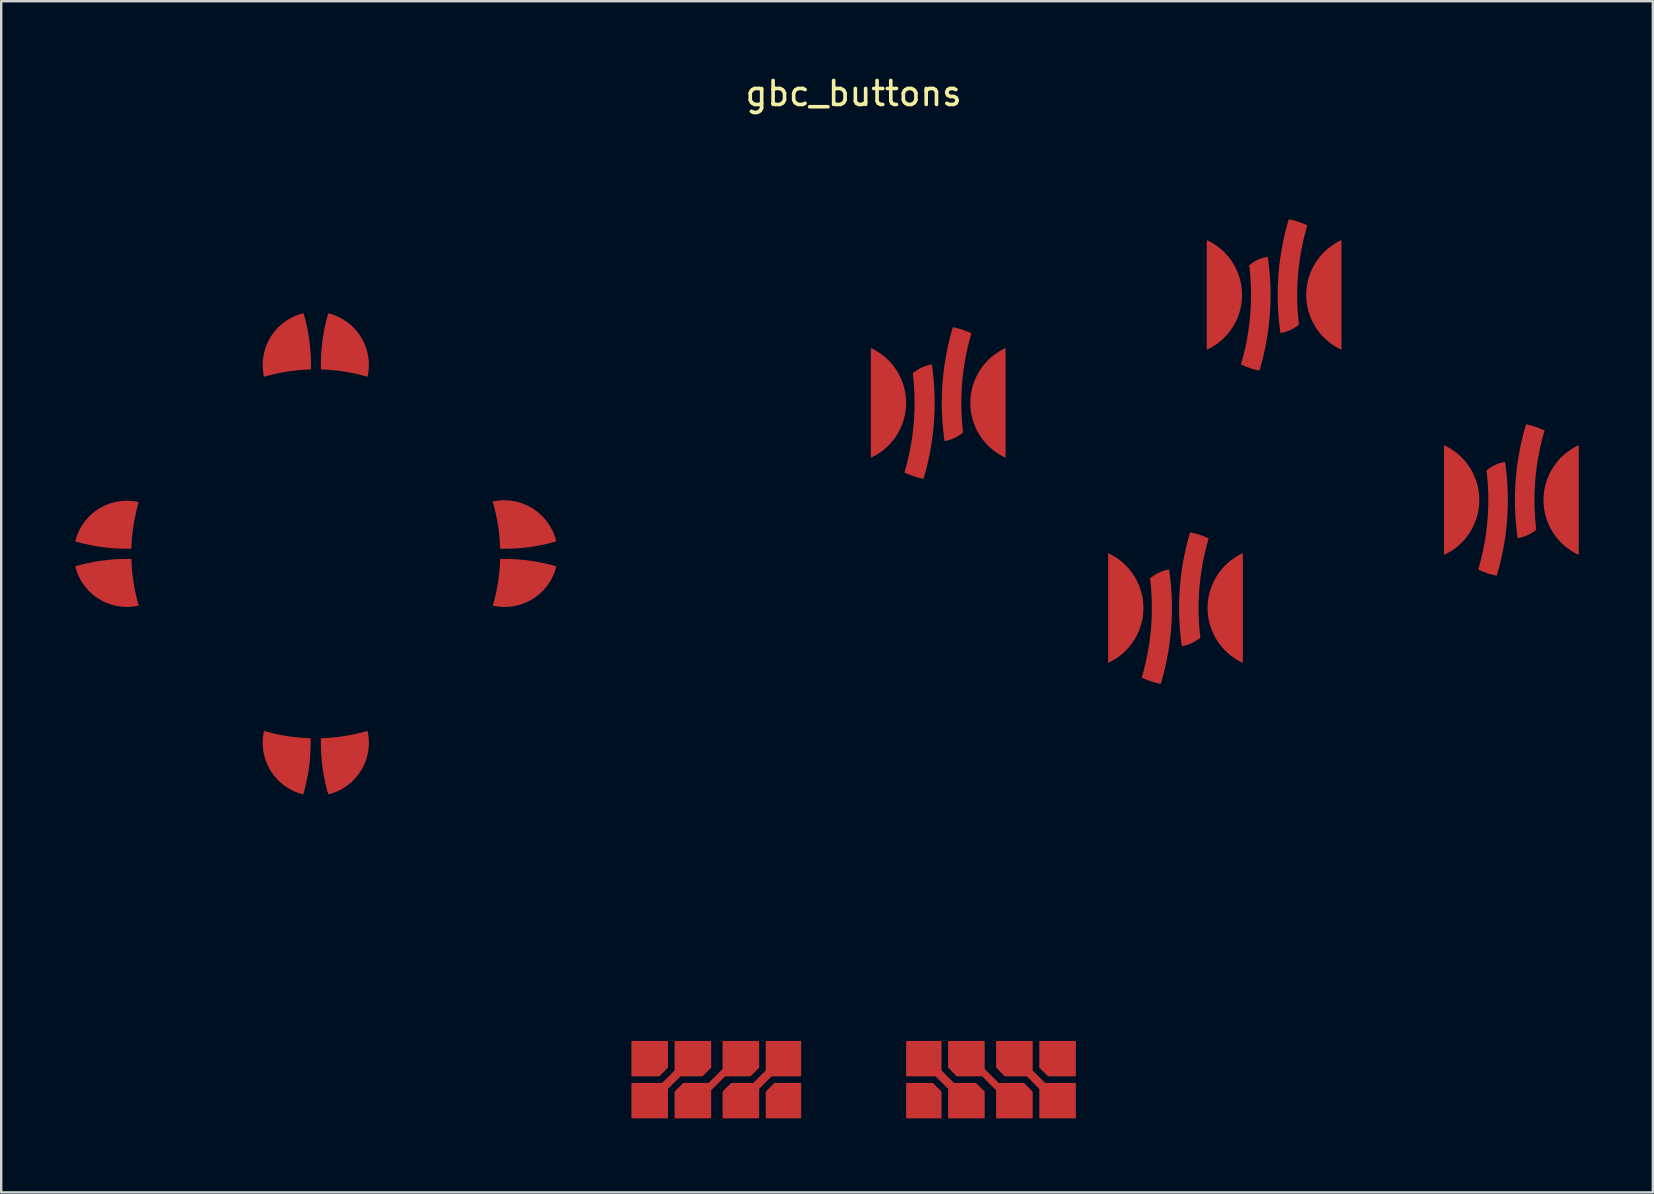
<source format=kicad_pcb>
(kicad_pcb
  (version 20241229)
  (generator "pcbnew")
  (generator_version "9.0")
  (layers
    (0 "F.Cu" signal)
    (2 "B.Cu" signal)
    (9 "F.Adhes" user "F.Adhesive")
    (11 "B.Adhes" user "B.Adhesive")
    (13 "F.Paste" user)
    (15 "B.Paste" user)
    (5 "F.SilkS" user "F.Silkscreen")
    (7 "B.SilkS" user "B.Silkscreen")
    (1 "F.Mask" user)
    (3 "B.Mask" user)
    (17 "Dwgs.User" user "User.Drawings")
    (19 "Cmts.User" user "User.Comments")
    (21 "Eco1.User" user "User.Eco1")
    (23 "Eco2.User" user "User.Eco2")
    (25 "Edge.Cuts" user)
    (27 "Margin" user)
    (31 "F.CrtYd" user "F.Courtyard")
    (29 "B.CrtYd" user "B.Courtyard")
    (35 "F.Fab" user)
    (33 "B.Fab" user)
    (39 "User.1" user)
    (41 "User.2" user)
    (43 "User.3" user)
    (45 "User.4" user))
  (footprint "gbc_buttons"
    (layer "F.Cu")
    (at 32.528 1.348)
    (property "Reference" "gbc_buttons" (at 0 -0.5 0) (unlocked yes) (layer "F.SilkS") (effects (font (size 1 1) (thickness 0.15))))
    (attr smd)
    (fp_poly (pts (xy -7.75 39) (xy -7.75 40.096) (xy -8.104 40.45) (xy -9.25 40.45) (xy -9.25 39)) (stroke (width 0.2) (type solid)) (fill yes) (layer "F.Mask"))
    (fp_poly (pts (xy -3.65 42.2) (xy -2.2 42.2) (xy -2.2 40.75) (xy -3.296 40.75) (xy -3.65 41.104)) (stroke (width 0.2) (type solid)) (fill yes) (layer "F.Mask"))
    (fp_poly (pts (xy 2.2 40.75) (xy 3.296 40.75) (xy 3.65 41.104) (xy 3.65 42.2) (xy 2.2 42.2)) (stroke (width 0.2) (type solid)) (fill yes) (layer "F.Mask"))
    (fp_poly (pts (xy 7.75 39) (xy 9.25 39) (xy 9.25 40.45) (xy 8.104 40.45) (xy 7.75 40.096)) (stroke (width 0.2) (type solid)) (fill yes) (layer "F.Mask"))
    (fp_poly (pts (arc (start 2.13225 15.286017) (mid 2.509453 15.439001) (end 2.902982 15.543026)) (xy 2.886 13.226)) (stroke (width 0.2) (type solid)) (fill yes) (layer "F.Mask"))
    (fp_poly (pts (arc (start 4.893725 9.501004) (mid 4.526544 9.354282) (end 4.144071 9.253965)) (xy 4.111 10.976)) (stroke (width 0.2) (type solid)) (fill yes) (layer "F.Mask"))
    (fp_poly (pts (arc (start 12.021347 23.835005) (mid 12.39855 23.987989) (end 12.792079 24.092014)) (xy 12.775 21.775)) (stroke (width 0.2) (type solid)) (fill yes) (layer "F.Mask"))
    (fp_poly (pts (arc (start 14.782822 18.049992) (mid 14.415641 17.90327) (end 14.033168 17.802953)) (xy 14 19.525)) (stroke (width 0.2) (type solid)) (fill yes) (layer "F.Mask"))
    (fp_poly (pts (arc (start 18.893725 5.001004) (mid 18.526544 4.854282) (end 18.144071 4.753965)) (xy 18.111 6.476)) (stroke (width 0.2) (type solid)) (fill yes) (layer "F.Mask"))
    (fp_poly (pts (arc (start 28.782822 13.549992) (mid 28.415641 13.40327) (end 28.033168 13.302953)) (xy 28 15.025)) (stroke (width 0.2) (type solid)) (fill yes) (layer "F.Mask"))
    (fp_poly (pts (xy 16.861 8.476) (xy 16.156 10.786) (arc (start 16.156297 10.786027) (mid 16.523462 10.932742) (end 16.905919 11.033056))) (stroke (width 0.2) (type solid)) (fill yes) (layer "F.Mask"))
    (fp_poly (pts (xy 26.75 17.025) (xy 26.045 19.335) (arc (start 26.045394 19.335015) (mid 26.412559 19.48173) (end 26.795016 19.582044))) (stroke (width 0.2) (type solid)) (fill yes) (layer "F.Mask"))
    (fp_poly (pts (xy 16.861 8.476) (arc (start 16.500677 6.664383) (mid 16.852714 6.441607) (end 17.250329 6.317265))) (stroke (width 0.2) (type solid)) (fill yes) (layer "F.Mask"))
    (fp_poly (pts (arc (start 17.799677 9.469759) (mid 18.197292 9.345417) (end 18.549329 9.122641)) (xy 18.111 6.476)) (stroke (width 0.2) (type solid)) (fill yes) (layer "F.Mask"))
    (fp_poly (pts (xy 26.75 17.025) (arc (start 26.389774 15.213371) (mid 26.741811 14.990595) (end 27.139426 14.866253))) (stroke (width 0.2) (type solid)) (fill yes) (layer "F.Mask"))
    (fp_poly (pts (arc (start 27.688774 18.018747) (mid 28.086389 17.894405) (end 28.438426 17.671629)) (xy 28 15.025)) (stroke (width 0.2) (type solid)) (fill yes) (layer "F.Mask"))
    (fp_poly (pts (arc (start -30.113851 18.912087) (mid -30.023657 19.881581) (end -29.811836 20.831941)) (xy -31 19.75)) (stroke (width 0.2) (type solid)) (fill yes) (layer "F.Mask"))
    (fp_poly (pts (arc (start -29.811836 16.538059) (mid -30.023657 17.488419) (end -30.113851 18.457913)) (xy -31 17.5)) (stroke (width 0.2) (type solid)) (fill yes) (layer "F.Mask"))
    (fp_poly (pts (arc (start -22.632452 10.988009) (mid -23.607932 11.077625) (end -24.564141 11.290364)) (xy -23.5 9.975)) (stroke (width 0.2) (type solid)) (fill yes) (layer "F.Mask"))
    (fp_poly (pts (arc (start -15.022556 20.831915) (mid -14.81074 19.881564) (end -14.720549 18.91208)) (xy -13.75 19.75)) (stroke (width 0.2) (type solid)) (fill yes) (layer "F.Mask"))
    (fp_poly (pts (xy -13.75 17.5) (arc (start -15.022556 16.538085) (mid -14.81074 17.488438) (end -14.720549 18.457923))) (stroke (width 0.2) (type solid)) (fill yes) (layer "F.Mask"))
    (fp_poly (pts (xy -7.75 40.979) (xy -7.75 42.2) (xy -9.25 42.2) (xy -9.25 40.75) (xy -7.979 40.75) (xy -7.45 40.221) (xy -7.45 39) (xy -5.95 39) (xy -5.95 40.096) (xy -6.304 40.45) (xy -7.221 40.45)) (stroke (width 0.2) (type solid)) (fill yes) (layer "F.Mask"))
    (fp_poly (pts (xy -5.096 40.75) (xy -5.45 41.104) (xy -5.45 42.2) (xy -3.95 42.2) (xy -3.95 40.979) (xy -3.421 40.45) (xy -2.2 40.45) (xy -2.2 39) (xy -3.65 39) (xy -3.65 40.221) (xy -4.179 40.75)) (stroke (width 0.2) (type solid)) (fill yes) (layer "F.Mask"))
    (fp_poly (pts (xy 2.886 13.226) (arc (start 2.477478 11.164371) (mid 2.839536 10.931243) (end 3.25033 10.802082))) (stroke (width 0.2) (type solid)) (fill yes) (layer "F.Mask"))
    (fp_poly (pts (xy 4.549 13.623) (xy 4.111 10.976) (arc (start 3.799677 13.969759) (mid 4.197292 13.845417) (end 4.549329 13.622641))) (stroke (width 0.2) (type solid)) (fill yes) (layer "F.Mask"))
    (fp_poly (pts (xy 5.096 40.75) (xy 5.45 41.104) (xy 5.45 42.2) (xy 3.95 42.2) (xy 3.95 40.979) (xy 3.421 40.45) (xy 2.2 40.45) (xy 2.2 39) (xy 3.65 39) (xy 3.65 40.221) (xy 4.179 40.75)) (stroke (width 0.2) (type solid)) (fill yes) (layer "F.Mask"))
    (fp_poly (pts (xy 7.979 40.75) (xy 9.25 40.75) (xy 9.25 42.2) (xy 7.75 42.2) (xy 7.75 40.979) (xy 7.221 40.45) (xy 6.304 40.45) (xy 5.95 40.096) (xy 5.95 39) (xy 7.45 39) (xy 7.45 40.221)) (stroke (width 0.2) (type solid)) (fill yes) (layer "F.Mask"))
    (fp_poly (pts (xy 12.775 21.775) (arc (start 12.366575 19.713359) (mid 12.728633 19.480231) (end 13.139427 19.35107))) (stroke (width 0.2) (type solid)) (fill yes) (layer "F.Mask"))
    (fp_poly (pts (xy 14.438 22.172) (xy 14 19.525) (arc (start 13.688774 22.518747) (mid 14.086389 22.394405) (end 14.438426 22.171629))) (stroke (width 0.2) (type solid)) (fill yes) (layer "F.Mask"))
    (fp_poly (pts (arc (start -32.427636 18.155911) (mid -31.282326 18.395654) (end -30.11385 18.457921)) (xy -31 17.5)) (stroke (width 0.2) (type solid)) (fill yes) (layer "F.Mask"))
    (fp_poly (pts (arc (start -24.564141 26.079636) (mid -23.613774 26.291458) (end -22.644273 26.381651)) (xy -23.5 27.25) (xy -24.564 26.08)) (stroke (width 0.2) (type solid)) (fill yes) (layer "F.Mask"))
    (fp_poly (pts (xy -21.225 27.25) (xy -22.19 26.382) (arc (start -22.190127 26.381651) (mid -21.22064 26.291461) (end -20.270285 26.079644))) (stroke (width 0.2) (type solid)) (fill yes) (layer "F.Mask"))
    (fp_poly (pts (arc (start -20.270285 11.290356) (mid -21.22064 11.078539) (end -22.190127 10.988349)) (xy -21.25 9.975) (xy -20.27 11.29)) (stroke (width 0.2) (type solid)) (fill yes) (layer "F.Mask"))
    (fp_poly (pts (arc (start -14.72055 18.457921) (mid -13.552074 18.395654) (end -12.406764 18.155911)) (xy -13.75 17.5)) (stroke (width 0.2) (type solid)) (fill yes) (layer "F.Mask"))
    (fp_poly (pts (arc (start -12.406764 19.214089) (mid -13.552074 18.974346) (end -14.72055 18.912079)) (xy -13.75 19.75)) (stroke (width 0.2) (type solid)) (fill yes) (layer "F.Mask"))
    (fp_poly (pts (xy -5.45 39) (xy -5.45 40.162) (xy -6.038 40.75) (xy -7.096 40.75) (xy -7.45 41.104) (xy -7.45 42.2) (xy -5.95 42.2) (xy -5.95 41.038) (xy -5.362 40.45) (xy -4.304 40.45) (xy -3.95 40.096) (xy -3.95 39)) (stroke (width 0.2) (type solid)) (fill yes) (layer "F.Mask"))
    (fp_poly (pts (xy 7.45 42.2) (xy 5.95 42.2) (xy 5.95 41.038) (xy 5.362 40.45) (xy 4.304 40.45) (xy 3.95 40.096) (xy 3.95 39) (xy 5.45 39) (xy 5.45 40.162) (xy 6.038 40.75) (xy 7.096 40.75) (xy 7.45 41.104)) (stroke (width 0.2) (type solid)) (fill yes) (layer "F.Mask"))
    (fp_poly (pts (arc (start -30.11385 18.912079) (mid -31.282326 18.974346) (end -32.427636 19.214089)) (xy -31 19.75) (xy -30.114 18.912)) (stroke (width 0.2) (type solid)) (fill yes) (layer "F.Mask"))
    (fp_poly (pts (xy -22.946 28.695) (xy -23.5 27.25) (arc (start -22.644279 26.381651) (mid -22.706546 27.550126) (end -22.946289 28.695436))) (stroke (width 0.2) (type solid)) (fill yes) (layer "F.Mask"))
    (fp_poly (pts (arc (start -22.632448 10.988009) (mid -22.694832 9.818291) (end -22.934797 8.671753)) (xy -23.5 9.975) (xy -22.632 10.988)) (stroke (width 0.2) (type solid)) (fill yes) (layer "F.Mask"))
    (fp_poly (pts (arc (start -21.888111 8.674564) (mid -22.127855 9.819881) (end -22.19012 10.988363)) (xy -21.25 9.975) (xy -21.888 8.675)) (stroke (width 0.2) (type solid)) (fill yes) (layer "F.Mask"))
    (fp_poly (pts (xy -21.225 27.25) (xy -22.19 26.382) (arc (start -22.19012 26.381637) (mid -22.127855 27.550119) (end -21.888111 28.695436))) (stroke (width 0.2) (type solid)) (fill yes) (layer "F.Mask"))
    (fp_poly (pts (arc (start 4.893728 9.500994) (mid 4.510427 11.544167) (end 4.549328 13.622619)) (xy 4.111 10.976)) (stroke (width 0.2) (type solid)) (fill yes) (layer "F.Mask"))
    (fp_poly (pts (arc (start 14.782825 18.049982) (mid 14.399524 20.093155) (end 14.438425 22.171607)) (xy 14 19.525)) (stroke (width 0.2) (type solid)) (fill yes) (layer "F.Mask"))
    (fp_poly (pts (xy 16.861 8.476) (arc (start 16.500676 6.664384) (mid 16.539581 8.742838) (end 16.156283 10.786013))) (stroke (width 0.2) (type solid)) (fill yes) (layer "F.Mask"))
    (fp_poly (pts (xy 26.75 17.025) (arc (start 26.389773 15.213372) (mid 26.428678 17.291826) (end 26.04538 19.335001))) (stroke (width 0.2) (type solid)) (fill yes) (layer "F.Mask"))
    (fp_poly (pts (arc (start 2.132261 15.286031) (mid 2.516463 13.242928) (end 2.477476 11.16438)) (xy 2.886 13.226) (xy 2.132 15.286)) (stroke (width 0.2) (type solid)) (fill yes) (layer "F.Mask"))
    (fp_poly (pts (arc (start 12.021358 23.835019) (mid 12.40556 21.791916) (end 12.366573 19.713368)) (xy 12.775 21.775) (xy 12.021 23.835)) (stroke (width 0.2) (type solid)) (fill yes) (layer "F.Mask"))
    (fp_poly (pts (arc (start 18.144051 4.753899) (mid 17.715192 7.093097) (end 17.799641 9.469783)) (xy 18.111 6.476)) (stroke (width 0.2) (type solid)) (fill yes) (layer "F.Mask"))
    (fp_poly (pts (arc (start 18.893728 5.000994) (mid 18.510427 7.044167) (end 18.549328 9.122619)) (xy 18.111 6.476) (xy 18.894 5.001)) (stroke (width 0.2) (type solid)) (fill yes) (layer "F.Mask"))
    (fp_poly (pts (arc (start 28.033148 13.302887) (mid 27.604289 15.642085) (end 27.688738 18.018771)) (xy 28 15.025)) (stroke (width 0.2) (type solid)) (fill yes) (layer "F.Mask"))
    (fp_poly (pts (arc (start 28.782825 13.549982) (mid 28.399524 15.593155) (end 28.438425 17.671607)) (xy 28 15.025) (xy 28.783 13.55)) (stroke (width 0.2) (type solid)) (fill yes) (layer "F.Mask"))
    (fp_poly (pts (xy 4.111 10.976) (xy 4.144 9.254) (arc (start 4.144051 9.253899) (mid 3.715192 11.593097) (end 3.799641 13.969783))) (stroke (width 0.2) (type solid)) (fill yes) (layer "F.Mask"))
    (fp_poly (pts (xy 14 19.525) (xy 14.033 17.803) (arc (start 14.033148 17.802887) (mid 13.604289 20.142085) (end 13.688738 22.518771))) (stroke (width 0.2) (type solid)) (fill yes) (layer "F.Mask"))
    (fp_poly (pts (arc (start 16.905971 11.03307) (mid 17.334815 8.693908) (end 17.250367 6.31726)) (xy 16.861 8.476) (xy 16.906 11.033)) (stroke (width 0.2) (type solid)) (fill yes) (layer "F.Mask"))
    (fp_poly (pts (arc (start 26.795068 19.582058) (mid 27.223912 17.242896) (end 27.139464 14.866248)) (xy 26.75 17.025) (xy 26.795 19.582)) (stroke (width 0.2) (type solid)) (fill yes) (layer "F.Mask"))
    (fp_poly (pts (xy -31 17.5) (arc (start -32.427629 18.155902) (mid -31.449417 16.813944) (end -29.811843 16.538082))) (stroke (width 0.2) (type solid)) (fill yes) (layer "F.Mask"))
    (fp_poly (pts (arc (start -24.564116 26.079635) (mid -24.288258 27.717214) (end -22.946298 28.695429)) (xy -23.5 27.25)) (stroke (width 0.2) (type solid)) (fill yes) (layer "F.Mask"))
    (fp_poly (pts (arc (start -20.270282 11.290357) (mid -20.546147 9.652778) (end -21.888113 8.674569)) (xy -21.25 9.975)) (stroke (width 0.2) (type solid)) (fill yes) (layer "F.Mask"))
    (fp_poly (pts (arc (start -32.427629 19.214098) (mid -31.449417 20.556056) (end -29.811843 20.831918)) (xy -31 19.75) (xy -32.428 19.214)) (stroke (width 0.2) (type solid)) (fill yes) (layer "F.Mask"))
    (fp_poly (pts (arc (start -22.934811 8.671758) (mid -24.285141 9.647761) (end -24.564116 11.290365)) (xy -23.5 9.975) (xy -22.935 8.672)) (stroke (width 0.2) (type solid)) (fill yes) (layer "F.Mask"))
    (fp_poly (pts (xy -20.27 26.08) (xy -21.225 27.25) (arc (start -21.888113 28.695431) (mid -20.546147 27.717222) (end -20.270282 26.079643))) (stroke (width 0.2) (type solid)) (fill yes) (layer "F.Mask"))
    (fp_poly (pts (xy -13.75 19.75) (xy -15.023 20.832) (arc (start -15.022565 20.831916) (mid -13.384982 20.556055) (end -12.406769 19.214087))) (stroke (width 0.2) (type solid)) (fill yes) (layer "F.Mask"))
    (fp_poly (pts (arc (start -12.406769 18.155913) (mid -13.384982 16.813945) (end -15.022565 16.538084)) (xy -13.75 17.5) (xy -12.407 18.156)) (stroke (width 0.2) (type solid)) (fill yes) (layer "F.Mask"))
    (fp_poly (pts (arc (start 3.250337 10.81726) (mid 3.334406 13.199092) (end 2.902967 15.543031)) (xy 2.886 13.226) (arc (start 3.250337 10.81726) (mid 3.334406 13.199092) (end 2.902967 15.543031))) (stroke (width 0.2) (type solid)) (fill yes) (layer "F.Mask"))
    (fp_poly (pts (arc (start 13.139434 19.366248) (mid 13.223503 21.74808) (end 12.792064 24.092019)) (xy 12.775 21.775) (arc (start 13.139434 19.366248) (mid 13.223503 21.74808) (end 12.792064 24.092019))) (stroke (width 0.2) (type solid)) (fill yes) (layer "F.Mask"))
    (fp_poly (pts (arc (start 0.729976 14.66) (mid 2.174973 12.393512) (end 0.729976 10.127024)) (xy 0.73 10.127)) (stroke (width 0.2) (type solid)) (fill yes) (layer "F.Mask"))
    (fp_poly (pts (arc (start 10.619073 23.208988) (mid 12.06407 20.9425) (end 10.619073 18.676012)) (xy 10.619 18.676)) (stroke (width 0.2) (type solid)) (fill yes) (layer "F.Mask"))
    (fp_poly (pts (arc (start 14.730006 10.16) (mid 16.175003 7.893512) (end 14.730006 5.627024)) (xy 14.73 5.627)) (stroke (width 0.2) (type solid)) (fill yes) (layer "F.Mask"))
    (fp_poly (pts (arc (start 20.32 5.627024) (mid 18.875003 7.893512) (end 20.32 10.16)) (xy 20.32 5.627)) (stroke (width 0.2) (type solid)) (fill yes) (layer "F.Mask"))
    (fp_poly (pts (arc (start 24.619103 18.708988) (mid 26.0641 16.4425) (end 24.619103 14.176012)) (xy 24.619 14.176)) (stroke (width 0.2) (type solid)) (fill yes) (layer "F.Mask"))
    (fp_poly (pts (arc (start 30.209097 14.176012) (mid 28.7641 16.4425) (end 30.209097 18.708988)) (xy 30.209 14.176)) (stroke (width 0.2) (type solid)) (fill yes) (layer "F.Mask"))
    (fp_poly (pts (xy 6.32 14.66) (xy 6.32 10.127) (arc (start 6.32 10.127024) (mid 4.875003 12.393512) (end 6.32 14.66))) (stroke (width 0.2) (type solid)) (fill yes) (layer "F.Mask"))
    (fp_poly (pts (xy 16.209 23.209) (xy 16.209 18.676) (arc (start 16.209097 18.676012) (mid 14.7641 20.9425) (end 16.209097 23.208988))) (stroke (width 0.2) (type solid)) (fill yes) (layer "F.Mask"))
    (pad "1" smd custom (at -23.55 10.15) (size 0.65 0.65) (layers "F.Cu" "F.Mask") (options (anchor circle)) (primitives (gr_poly (pts (xy 0.3 -0.313) (xy 0.352 -0.277) (xy 0.388 -0.225) (xy 0.4 -0.163) (xy 0.4 0.163) (xy 0.388 0.225) (xy 0.352 0.277) (xy 0.3 0.313) (xy 0.237 0.325) (xy -0.237 0.325) (xy -0.3 0.313) (xy -0.352 0.277) (xy -0.388 0.225) (xy -0.4 0.163) (xy -0.4 -0.163) (xy -0.388 -0.225) (xy -0.352 -0.277) (xy -0.3 -0.313) (xy -0.237 -0.325) (xy 0.237 -0.325)) (width 0) (fill yes)) (gr_poly (pts (arc (start 0.917548 0.838009) (mid -0.057932 0.927625) (end -1.014141 1.140364)) (xy 0.05 -0.175)) (width 0.025) (fill yes)) (gr_poly (pts (xy 0.05 -0.175) (arc (start -1.014116 1.140365) (mid -0.735141 -0.502239) (end 0.615189 -1.478242)) (xy 0.615 -1.478)) (width 0.025) (fill yes)) (gr_poly (pts (xy 0.05 -0.175) (arc (start 0.615203 -1.478247) (mid 0.855168 -0.331709) (end 0.917552 0.838009)) (arc (start 0.615203 -1.478247) (mid 0.855168 -0.331709) (end 0.917552 0.838009)) (arc (start 0.615203 -1.478247) (mid 0.855168 -0.331709) (end 0.917552 0.838009)) (xy 0.918 0.838)) (width 0.025) (fill yes))))
    (pad "2" smd custom (at -13.8 17.55) (size 0.862 0.862) (layers "F.Cu" "F.Mask") (options (anchor circle)) (primitives (gr_poly (pts (xy 1.393 0.606) (arc (start -1.222565 -1.011916) (mid 0.415018 -0.736055) (end 1.393231 0.605913))) (width 0.025) (fill yes)) (gr_poly (pts (arc (start 1.393236 0.605911) (mid 0.247926 0.845654) (end -0.92055 0.907921)) (xy 0.05 -0.05)) (width 0.025) (fill yes)) (gr_poly (pts (xy 0.05 -0.05) (arc (start -0.920549 0.907923) (mid -1.01074 -0.061562) (end -1.222556 -1.011915))) (width 0.025) (fill yes)) (gr_poly (pts (xy 1.393 0.602) (arc (start -1.222565 -1.016224) (mid 0.415018 -0.740363) (end 1.393231 0.601605))) (width 0.025) (fill yes)) (gr_poly (pts (xy 0.513 -0.415) (xy 0.583 -0.368) (xy 0.63 -0.298) (xy 0.646 -0.215) (xy 0.646 0.215) (xy 0.63 0.298) (xy 0.583 0.368) (xy 0.513 0.415) (xy 0.431 0.431) (xy -0.431 0.431) (xy -0.513 0.415) (xy -0.583 0.368) (xy -0.63 0.298) (xy -0.646 0.215) (xy -0.646 -0.215) (xy -0.63 -0.298) (xy -0.583 -0.368) (xy -0.513 -0.415) (xy -0.431 -0.431) (xy 0.431 -0.431)) (width 0) (fill yes)) (gr_poly (pts (xy 1.378 0.586) (arc (start -1.238148 -1.031786) (mid 0.399435 -0.755925) (end 1.377648 0.586043))) (width 0.025) (fill yes)) (gr_poly (pts (arc (start 1.393231 0.605913) (mid 0.415018 -0.736055) (end -1.222565 -1.011916)) (xy 0.05 -0.05) (xy 1.393 0.606)) (width 0.025) (fill yes))))
    (pad "3" smd custom (at -23.546 27.25) (size 1.1 1.1) (layers "F.Cu" "F.Mask") (options (anchor circle)) (primitives (gr_poly (pts (xy -0.55 -0.288) (xy -0.529 -0.393) (xy -0.47 -0.482) (xy -0.38 -0.542) (xy -0.275 -0.563) (xy 0.275 -0.563) (xy 0.38 -0.542) (xy 0.47 -0.482) (xy 0.529 -0.393) (xy 0.55 -0.288) (xy 0.55 0.288) (xy 0.529 0.393) (xy 0.47 0.482) (xy 0.38 0.542) (xy 0.275 0.563) (xy -0.275 0.563) (xy -0.38 0.542) (xy -0.47 0.482) (xy -0.529 0.393) (xy -0.55 0.288)) (width 0) (fill yes)) (gr_poly (pts (arc (start -1.018341 -1.170364) (mid -0.067974 -0.958542) (end 0.901527 -0.868349)) (xy 0.046 0) (xy -1.018 -1.17)) (width 0.025) (fill yes)) (gr_poly (pts (xy 0.6 1.445) (xy 0.046 0) (arc (start 0.901521 -0.868349) (mid 0.839254 0.300126) (end 0.599511 1.445436))) (width 0.025) (fill yes)) (gr_poly (pts (arc (start -1.018316 -1.170365) (mid -0.742458 0.467214) (end 0.599502 1.445429)) (xy 0.046 0)) (width 0.025) (fill yes))))
    (pad "4" smd custom (at -30.912 17.526) (size 1.05 1.05) (layers "F.Cu" "F.Mask") (options (anchor circle)) (primitives (gr_poly (pts (xy -0.601 -0.262) (xy -0.581 -0.363) (xy -0.524 -0.448) (xy -0.439 -0.505) (xy -0.339 -0.525) (xy 0.339 -0.525) (xy 0.439 -0.505) (xy 0.524 -0.448) (xy 0.581 -0.363) (xy 0.601 -0.262) (xy 0.601 0.262) (xy 0.581 0.363) (xy 0.524 0.448) (xy 0.439 0.505) (xy 0.339 0.525) (xy -0.339 0.525) (xy -0.439 0.505) (xy -0.524 0.448) (xy -0.581 0.363) (xy -0.601 0.262)) (width 0) (fill yes)) (gr_poly (pts (arc (start -1.515836 0.629911) (mid -0.370526 0.869654) (end 0.79795 0.931921)) (xy -0.088 -0.026)) (width 0.025) (fill yes)) (gr_poly (pts (arc (start 1.099964 -0.987941) (mid 0.888143 -0.037581) (end 0.797949 0.931913)) (xy -0.088 -0.026)) (width 0.025) (fill yes)) (gr_poly (pts (xy -0.088 -0.026) (arc (start -1.515829 0.629902) (mid -0.537617 -0.712056) (end 1.099957 -0.987918))) (width 0.025) (fill yes))))
    (pad "5" smd custom (at 11.325 20.9) (size 0.625 0.625) (layers "F.Cu" "F.Mask") (options (anchor circle)) (primitives (gr_poly (pts (xy 0.454 -0.301) (xy 0.504 -0.267) (xy 0.538 -0.216) (xy 0.55 -0.156) (xy 0.55 0.156) (xy 0.538 0.216) (xy 0.504 0.267) (xy 0.454 0.301) (xy 0.394 0.312) (xy -0.394 0.312) (xy -0.454 0.301) (xy -0.504 0.267) (xy -0.538 0.216) (xy -0.55 0.156) (xy -0.55 -0.156) (xy -0.538 -0.216) (xy -0.504 -0.267) (xy -0.454 -0.301) (xy -0.394 -0.312) (xy 0.394 -0.312)) (width 0) (fill yes)) (gr_poly (pts (arc (start -0.705927 -2.223988) (mid 0.73907 0.0425) (end -0.705927 2.308988)) (arc (start -0.705927 -2.223988) (mid 0.73907 0.0425) (end -0.705927 2.308988))) (width 0.025) (fill yes)) (gr_line (start -0.706 -2.224) (end -0.706 2.309) (width 0.025)) (gr_line (start -0.706 -2.224) (end -0.706 2.309) (width 0.025)) (gr_arc (start -0.705927 -2.223988) (mid 0.739062 0.036436) (end -0.694944 2.303843) (width 0.0254)) (gr_arc (start -0.705927 -2.223988) (mid 0.739062 0.036436) (end -0.694944 2.303843) (width 0.0254))))
    (pad "5" smd custom (at 14.025 20.05 90) (size 0.562 0.562) (layers "F.Cu" "F.Mask") (options (anchor circle)) (primitives (gr_poly (pts (xy 0.426 -0.271) (xy 0.471 -0.24) (xy 0.502 -0.194) (xy 0.512 -0.141) (xy 0.512 0.141) (xy 0.502 0.194) (xy 0.471 0.24) (xy 0.426 0.271) (xy 0.372 0.281) (xy -0.372 0.281) (xy -0.426 0.271) (xy -0.471 0.24) (xy -0.502 0.194) (xy -0.512 0.141) (xy -0.512 -0.141) (xy -0.502 -0.194) (xy -0.471 -0.24) (xy -0.426 -0.271) (xy -0.372 -0.281) (xy 0.372 -0.281)) (width 0) (fill yes)) (gr_poly (pts (arc (start -2.468771 -0.336262) (mid -0.092085 -0.420711) (end 2.247113 0.008148)) (arc (start -2.468771 -0.336262) (mid -0.092085 -0.420711) (end 2.247113 0.008148)) (xy 2.247 0.008) (xy 0.525 -0.025)) (width 0.025) (fill yes)) (gr_poly (pts (xy 0.525 -0.025) (xy -2.122 0.413) (arc (start -2.121629 0.413426) (mid -2.344405 0.061389) (end -2.468747 -0.336226))) (width 0.025) (fill yes)) (gr_poly (pts (arc (start 2.000018 0.757825) (mid -0.043155 0.374524) (end -2.121607 0.413425)) (xy 0.525 -0.025)) (width 0.025) (fill yes)) (gr_poly (pts (arc (start 2.247047 0.008168) (mid 2.14673 0.390641) (end 2.000008 0.757822)) (xy 0.525 -0.025)) (width 0.025) (fill yes))))
    (pad "6" smd custom (at 25.2 16.425 90) (size 0.85 0.85) (layers "F.Cu" "F.Mask") (options (anchor circle)) (primitives (gr_poly (pts (xy 0.594 -0.409) (xy 0.663 -0.363) (xy 0.709 -0.294) (xy 0.725 -0.212) (xy 0.725 0.212) (xy 0.709 0.294) (xy 0.663 0.363) (xy 0.594 0.409) (xy 0.512 0.425) (xy -0.512 0.425) (xy -0.594 0.409) (xy -0.663 0.363) (xy -0.709 0.294) (xy -0.725 0.212) (xy -0.725 -0.212) (xy -0.709 -0.294) (xy -0.663 -0.363) (xy -0.594 -0.409) (xy -0.512 -0.425) (xy 0.512 -0.425)) (width 0) (fill yes)) (gr_poly (pts (arc (start 2.248988 -0.580897) (mid -0.0175 0.8641) (end -2.283988 -0.580897)) (xy 2.249 -0.581)) (width 0.025) (fill yes))))
    (pad "6" smd custom (at 27.965 15.545 90) (size 0.427 0.427) (layers "F.Cu" "F.Mask") (options (anchor circle)) (primitives (gr_poly (pts (xy -0.747 -0.107) (xy -0.739 -0.148) (xy -0.716 -0.182) (xy -0.681 -0.205) (xy -0.64 -0.213) (xy 0.64 -0.213) (xy 0.681 -0.205) (xy 0.716 -0.182) (xy 0.739 -0.148) (xy 0.747 -0.107) (xy 0.747 0.107) (xy 0.739 0.148) (xy 0.716 0.182) (xy 0.681 0.205) (xy 0.64 0.213) (xy -0.64 0.213) (xy -0.681 0.205) (xy -0.716 0.182) (xy -0.739 0.148) (xy -0.747 0.107)) (width 0) (fill yes)) (gr_poly (pts (arc (start 1.994808 0.817422) (mid 2.14153 0.450241) (end 2.241847 0.067768)) (xy 0.52 0.035)) (width 0.025) (fill yes)) (gr_poly (pts (arc (start 1.994818 0.817425) (mid -0.048355 0.434124) (end -2.126807 0.473025)) (xy 0.52 0.035) (xy 1.995 0.817)) (width 0.025) (fill yes)) (gr_poly (pts (arc (start 2.241913 0.067748) (mid -0.097285 -0.361111) (end -2.473971 -0.276662)) (xy 0.52 0.035)) (width 0.025) (fill yes)) (gr_poly (pts (arc (start -2.473947 -0.277111) (mid -2.349605 0.120504) (end -2.126829 0.472541)) (xy 0.52 0.034)) (width 0.025) (fill yes))))
    (pad "7" smd custom (at 2.925 39.6) (size 0.7 0.7) (layers "F.Cu" "F.Mask") (options (anchor circle)) (primitives (gr_poly (pts (xy 0.367 -0.337) (xy 0.424 -0.299) (xy 0.462 -0.242) (xy 0.475 -0.175) (xy 0.475 0.175) (xy 0.462 0.242) (xy 0.424 0.299) (xy 0.367 0.337) (xy 0.3 0.35) (xy -0.3 0.35) (xy -0.367 0.337) (xy -0.424 0.299) (xy -0.462 0.242) (xy -0.475 0.175) (xy -0.475 -0.175) (xy -0.462 -0.242) (xy -0.424 -0.299) (xy -0.367 -0.337) (xy -0.3 -0.35) (xy 0.3 -0.35)) (width 0) (fill yes)) (gr_poly (pts (xy 0.725 0.621) (xy 1.254 1.15) (xy 2.171 1.15) (xy 2.525 1.504) (xy 2.525 2.6) (xy 1.025 2.6) (xy 1.025 1.379) (xy 0.496 0.85) (xy -0.725 0.85) (xy -0.725 -0.6) (xy 0.725 -0.6)) (width 0.025) (fill yes))))
    (pad "7" smd custom (at 6.675 39.7) (size 0.525 0.525) (layers "F.Cu" "F.Mask") (options (anchor circle)) (primitives (gr_poly (pts (xy 0.369 -0.253) (xy 0.412 -0.224) (xy 0.44 -0.181) (xy 0.45 -0.131) (xy 0.45 0.131) (xy 0.44 0.181) (xy 0.412 0.224) (xy 0.369 0.253) (xy 0.319 0.263) (xy -0.319 0.263) (xy -0.369 0.253) (xy -0.412 0.224) (xy -0.44 0.181) (xy -0.45 0.131) (xy -0.45 -0.131) (xy -0.44 -0.181) (xy -0.412 -0.224) (xy -0.369 -0.253) (xy -0.319 -0.263) (xy 0.319 -0.263)) (width 0) (fill yes)) (gr_poly (pts (xy 0.775 0.521) (xy 1.304 1.05) (xy 2.575 1.05) (xy 2.575 2.5) (xy 1.075 2.5) (xy 1.075 1.279) (xy 0.546 0.75) (xy -0.371 0.75) (xy -0.725 0.396) (xy -0.725 -0.7) (xy 0.775 -0.7)) (width 0.025) (fill yes))))
    (pad "8" smd custom (at -6.7 39.7) (size 0.525 0.525) (layers "F.Cu" "F.Mask") (options (anchor circle)) (primitives (gr_poly (pts (xy 0.469 -0.253) (xy 0.512 -0.224) (xy 0.54 -0.181) (xy 0.55 -0.131) (xy 0.55 0.131) (xy 0.54 0.181) (xy 0.512 0.224) (xy 0.469 0.253) (xy 0.419 0.263) (xy -0.419 0.263) (xy -0.469 0.253) (xy -0.512 0.224) (xy -0.54 0.181) (xy -0.55 0.131) (xy -0.55 -0.131) (xy -0.54 -0.181) (xy -0.512 -0.224) (xy -0.469 -0.253) (xy -0.419 -0.263) (xy 0.419 -0.263)) (width 0) (fill yes)) (gr_poly (pts (xy 0.75 0.396) (xy 0.396 0.75) (xy -0.521 0.75) (xy -1.05 1.279) (xy -1.05 2.5) (xy -2.55 2.5) (xy -2.55 1.05) (xy -1.279 1.05) (xy -0.75 0.521) (xy -0.75 -0.7) (xy 0.75 -0.7)) (width 0.025) (fill yes))))
    (pad "8" smd custom (at -2.925 39.675) (size 0.525 0.525) (layers "F.Cu" "F.Mask") (options (anchor circle)) (primitives (gr_poly (pts (xy 0.281 -0.253) (xy 0.324 -0.224) (xy 0.353 -0.181) (xy 0.362 -0.131) (xy 0.362 0.131) (xy 0.353 0.181) (xy 0.324 0.224) (xy 0.281 0.253) (xy 0.231 0.263) (xy -0.231 0.263) (xy -0.281 0.253) (xy -0.324 0.224) (xy -0.353 0.181) (xy -0.362 0.131) (xy -0.362 -0.131) (xy -0.353 -0.181) (xy -0.324 -0.224) (xy -0.281 -0.253) (xy -0.231 -0.263) (xy 0.231 -0.263)) (width 0) (fill yes)) (gr_poly (pts (xy 0.725 0.775) (xy -0.496 0.775) (xy -1.025 1.304) (xy -1.025 2.525) (xy -2.525 2.525) (xy -2.525 1.429) (xy -2.171 1.075) (xy -1.254 1.075) (xy -0.725 0.546) (xy -0.725 -0.675) (xy 0.725 -0.675)) (width 0.025) (fill yes))))
    (pad "9" smd custom (at 1.436 12.351) (size 0.625 0.625) (layers "F.Cu" "F.Mask") (options (anchor circle)) (primitives (gr_poly (pts (xy 0.454 -0.301) (xy 0.504 -0.267) (xy 0.538 -0.216) (xy 0.55 -0.156) (xy 0.55 0.156) (xy 0.538 0.216) (xy 0.504 0.267) (xy 0.454 0.301) (xy 0.394 0.312) (xy -0.394 0.312) (xy -0.454 0.301) (xy -0.504 0.267) (xy -0.538 0.216) (xy -0.55 0.156) (xy -0.55 -0.156) (xy -0.538 -0.216) (xy -0.504 -0.267) (xy -0.454 -0.301) (xy -0.394 -0.312) (xy 0.394 -0.312)) (width 0) (fill yes)) (gr_poly (pts (arc (start -0.705927 -2.223988) (mid 0.73907 0.0425) (end -0.705927 2.308988)) (arc (start -0.705927 -2.223988) (mid 0.73907 0.0425) (end -0.705927 2.308988))) (width 0.025) (fill yes)) (gr_line (start -0.706 -2.224) (end -0.706 2.309) (width 0.025)) (gr_line (start -0.706 -2.224) (end -0.706 2.309) (width 0.025)) (gr_arc (start -0.705927 -2.223988) (mid 0.739062 0.036436) (end -0.694944 2.303843) (width 0.0254)) (gr_arc (start -0.705927 -2.223988) (mid 0.739062 0.036436) (end -0.694944 2.303843) (width 0.0254))))
    (pad "9" smd custom (at 4.136 11.501 90) (size 0.562 0.562) (layers "F.Cu" "F.Mask") (options (anchor circle)) (primitives (gr_poly (pts (xy 0.426 -0.271) (xy 0.471 -0.24) (xy 0.502 -0.194) (xy 0.512 -0.141) (xy 0.512 0.141) (xy 0.502 0.194) (xy 0.471 0.24) (xy 0.426 0.271) (xy 0.372 0.281) (xy -0.372 0.281) (xy -0.426 0.271) (xy -0.471 0.24) (xy -0.502 0.194) (xy -0.512 0.141) (xy -0.512 -0.141) (xy -0.502 -0.194) (xy -0.471 -0.24) (xy -0.426 -0.271) (xy -0.372 -0.281) (xy 0.372 -0.281)) (width 0) (fill yes)) (gr_poly (pts (arc (start -2.468771 -0.336262) (mid -0.092085 -0.420711) (end 2.247113 0.008148)) (arc (start -2.468771 -0.336262) (mid -0.092085 -0.420711) (end 2.247113 0.008148)) (xy 2.247 0.008) (xy 0.525 -0.025)) (width 0.025) (fill yes)) (gr_poly (pts (xy 0.525 -0.025) (xy -2.122 0.413) (arc (start -2.121629 0.413426) (mid -2.344405 0.061389) (end -2.468747 -0.336226))) (width 0.025) (fill yes)) (gr_poly (pts (arc (start 2.000018 0.757825) (mid -0.043155 0.374524) (end -2.121607 0.413425)) (xy 0.525 -0.025)) (width 0.025) (fill yes)) (gr_poly (pts (arc (start 2.247047 0.008168) (mid 2.14673 0.390641) (end 2.000008 0.757822)) (xy 0.525 -0.025)) (width 0.025) (fill yes))))
    (pad "10" smd custom (at 15.311 7.876 90) (size 0.85 0.85) (layers "F.Cu" "F.Mask") (options (anchor circle)) (primitives (gr_poly (pts (xy 0.594 -0.409) (xy 0.663 -0.363) (xy 0.709 -0.294) (xy 0.725 -0.212) (xy 0.725 0.212) (xy 0.709 0.294) (xy 0.663 0.363) (xy 0.594 0.409) (xy 0.512 0.425) (xy -0.512 0.425) (xy -0.594 0.409) (xy -0.663 0.363) (xy -0.709 0.294) (xy -0.725 0.212) (xy -0.725 -0.212) (xy -0.709 -0.294) (xy -0.663 -0.363) (xy -0.594 -0.409) (xy -0.512 -0.425) (xy 0.512 -0.425)) (width 0) (fill yes)) (gr_poly (pts (arc (start 2.248988 -0.580897) (mid -0.0175 0.8641) (end -2.283988 -0.580897)) (xy 2.249 -0.581)) (width 0.025) (fill yes))))
    (pad "10" smd custom (at 18.076 6.996 90) (size 0.427 0.427) (layers "F.Cu" "F.Mask") (options (anchor circle)) (primitives (gr_poly (pts (xy -0.747 -0.107) (xy -0.739 -0.148) (xy -0.716 -0.182) (xy -0.681 -0.205) (xy -0.64 -0.213) (xy 0.64 -0.213) (xy 0.681 -0.205) (xy 0.716 -0.182) (xy 0.739 -0.148) (xy 0.747 -0.107) (xy 0.747 0.107) (xy 0.739 0.148) (xy 0.716 0.182) (xy 0.681 0.205) (xy 0.64 0.213) (xy -0.64 0.213) (xy -0.681 0.205) (xy -0.716 0.182) (xy -0.739 0.148) (xy -0.747 0.107)) (width 0) (fill yes)) (gr_poly (pts (arc (start 1.994808 0.817422) (mid 2.14153 0.450241) (end 2.241847 0.067768)) (xy 0.52 0.035)) (width 0.025) (fill yes)) (gr_poly (pts (arc (start 1.994818 0.817425) (mid -0.048355 0.434124) (end -2.126807 0.473025)) (xy 0.52 0.035) (xy 1.995 0.817)) (width 0.025) (fill yes)) (gr_poly (pts (arc (start 2.241913 0.067748) (mid -0.097285 -0.361111) (end -2.473971 -0.276662)) (xy 0.52 0.035)) (width 0.025) (fill yes)) (gr_poly (pts (arc (start -2.473947 -0.277111) (mid -2.349605 0.120504) (end -2.126829 0.472541)) (xy 0.52 0.034)) (width 0.025) (fill yes))))
    (pad "11" smd custom (at -30.886 19.837) (size 0.948 0.948) (layers "F.Cu" "F.Mask") (options (anchor circle)) (primitives (gr_poly (pts (xy -0.55 -0.237) (xy -0.532 -0.328) (xy -0.481 -0.405) (xy -0.404 -0.456) (xy -0.313 -0.474) (xy 0.313 -0.474) (xy 0.404 -0.456) (xy 0.481 -0.405) (xy 0.532 -0.328) (xy 0.55 -0.237) (xy 0.55 0.237) (xy 0.532 0.328) (xy 0.481 0.405) (xy 0.404 0.456) (xy 0.313 0.474) (xy -0.313 0.474) (xy -0.404 0.456) (xy -0.481 0.405) (xy -0.532 0.328) (xy -0.55 0.237)) (width 0) (fill yes)) (gr_poly (pts (arc (start 0.77255 -0.925321) (mid -0.395926 -0.863054) (end -1.541236 -0.623311)) (xy -0.114 -0.087) (xy 0.773 -0.925)) (width 0.025) (fill yes)) (gr_poly (pts (arc (start 0.772549 -0.925313) (mid 0.862743 0.044181) (end 1.074564 0.994541)) (xy -0.114 -0.087)) (width 0.025) (fill yes)) (gr_poly (pts (arc (start -1.541229 -0.623302) (mid -0.563017 0.718656) (end 1.074557 0.994518)) (xy -0.114 -0.087) (xy -1.541 -0.623)) (width 0.025) (fill yes))))
    (pad "11" smd custom (at -21.45 27.225) (size 0.55 0.55) (layers "F.Cu" "F.Mask") (options (anchor circle)) (primitives (gr_poly (pts (xy 0.253 -0.265) (xy 0.297 -0.235) (xy 0.327 -0.19) (xy 0.338 -0.138) (xy 0.338 0.138) (xy 0.327 0.19) (xy 0.297 0.235) (xy 0.253 0.265) (xy 0.2 0.275) (xy -0.2 0.275) (xy -0.253 0.265) (xy -0.297 0.235) (xy -0.327 0.19) (xy -0.338 0.138) (xy -0.338 -0.138) (xy -0.327 -0.19) (xy -0.297 -0.235) (xy -0.253 -0.265) (xy -0.2 -0.275) (xy 0.2 -0.275)) (width 0) (fill yes)) (gr_poly (pts (xy 1.18 -1.145) (arc (start 1.179718 -1.145357) (mid 0.903853 0.492222) (end -0.438113 1.470431)) (arc (start 1.179718 -1.145357) (mid 0.903853 0.492222) (end -0.438113 1.470431)) (arc (start 1.179718 -1.145357) (mid 0.903853 0.492222) (end -0.438113 1.470431)) (xy 0.225 0.025)) (width 0.025) (fill yes)) (gr_poly (pts (xy 0.225 0.025) (arc (start -0.740127 -0.843349) (mid 0.22936 -0.933539) (end 1.179715 -1.145356))) (width 0.025) (fill yes)) (gr_poly (pts (xy 0.225 0.025) (arc (start -0.438111 1.470436) (mid -0.677855 0.325119) (end -0.74012 -0.843363))) (width 0.025) (fill yes))))
    (pad "11" smd custom (at -21.275 10.225) (size 0.875 0.875) (layers "F.Cu" "F.Mask") (options (anchor circle)) (primitives (gr_poly (pts (xy 0.327 -0.421) (xy 0.398 -0.373) (xy 0.446 -0.302) (xy 0.463 -0.219) (xy 0.463 0.219) (xy 0.446 0.302) (xy 0.398 0.373) (xy 0.327 0.421) (xy 0.244 0.438) (xy -0.244 0.438) (xy -0.327 0.421) (xy -0.398 0.373) (xy -0.446 0.302) (xy -0.463 0.219) (xy -0.463 -0.219) (xy -0.446 -0.302) (xy -0.398 -0.373) (xy -0.327 -0.421) (xy -0.244 -0.438) (xy 0.244 -0.438)) (width 0) (fill yes)) (gr_poly (pts (arc (start -0.613113 -1.550431) (mid 0.728853 -0.572222) (end 1.004718 1.065357)) (arc (start -0.613113 -1.550431) (mid 0.728853 -0.572222) (end 1.004718 1.065357)) (arc (start -0.613113 -1.550431) (mid 0.728853 -0.572222) (end 1.004718 1.065357)) (xy 0.025 -0.25)) (width 0.025) (fill yes)) (gr_poly (pts (xy 1.005 1.065) (arc (start 1.004715 1.065356) (mid 0.05436 0.853539) (end -0.915127 0.763349)) (xy 0.025 -0.25)) (width 0.025) (fill yes)) (gr_poly (pts (xy 0.025 -0.25) (arc (start -0.91512 0.763363) (mid -0.852855 -0.405119) (end -0.613111 -1.550436))) (width 0.025) (fill yes))))
    (pad "11" smd custom (at -13.85 19.8) (size 0.675 0.675) (layers "F.Cu" "F.Mask") (options (anchor circle)) (primitives (gr_poly (pts (xy 0.321 -0.325) (xy 0.376 -0.288) (xy 0.412 -0.233) (xy 0.425 -0.169) (xy 0.425 0.169) (xy 0.412 0.233) (xy 0.376 0.288) (xy 0.321 0.325) (xy 0.256 0.338) (xy -0.256 0.338) (xy -0.321 0.325) (xy -0.376 0.288) (xy -0.412 0.233) (xy -0.425 0.169) (xy -0.425 -0.169) (xy -0.412 -0.233) (xy -0.376 -0.288) (xy -0.321 -0.325) (xy -0.256 -0.338) (xy 0.256 -0.338)) (width 0) (fill yes)) (gr_poly (pts (arc (start 1.443231 -0.585913) (mid 0.465018 0.756055) (end -1.172565 1.031916)) (arc (start 1.443231 -0.585913) (mid 0.465018 0.756055) (end -1.172565 1.031916)) (xy -1.173 1.032) (xy 0.1 -0.05) (arc (start 1.443231 -0.585913) (mid 0.465018 0.756055) (end -1.172565 1.031916))) (width 0.025) (fill yes)) (gr_poly (pts (xy 0.1 -0.05) (arc (start -1.172556 1.031915) (mid -0.96074 0.081564) (end -0.870549 -0.88792))) (width 0.025) (fill yes)) (gr_poly (pts (arc (start -0.87055 -0.887921) (mid 0.297926 -0.825654) (end 1.443236 -0.585911)) (arc (start -0.87055 -0.887921) (mid 0.297926 -0.825654) (end 1.443236 -0.585911)) (xy 0.1 -0.05)) (width 0.025) (fill yes))))
    (pad "11" smd custom (at -8.475 39.6) (size 0.625 0.625) (layers "F.Cu" "F.Mask") (options (anchor circle)) (primitives (gr_poly (pts (xy 0.416 -0.301) (xy 0.467 -0.267) (xy 0.501 -0.216) (xy 0.512 -0.156) (xy 0.512 0.156) (xy 0.501 0.216) (xy 0.467 0.267) (xy 0.416 0.301) (xy 0.356 0.312) (xy -0.356 0.312) (xy -0.416 0.301) (xy -0.467 0.267) (xy -0.501 0.216) (xy -0.512 0.156) (xy -0.512 -0.156) (xy -0.501 -0.216) (xy -0.467 -0.267) (xy -0.416 -0.301) (xy -0.356 -0.312) (xy 0.356 -0.312)) (width 0) (fill yes)) (gr_poly (pts (xy 0.725 0.496) (xy 0.371 0.85) (xy -0.775 0.85) (xy -0.775 -0.6) (xy 0.725 -0.6)) (width 0.025) (fill yes))))
    (pad "11" smd custom (at -4.7 39.725) (size 0.65 0.65) (layers "F.Cu" "F.Mask") (options (anchor circle)) (primitives (gr_poly (pts (xy 0.287 -0.313) (xy 0.34 -0.277) (xy 0.375 -0.225) (xy 0.388 -0.163) (xy 0.388 0.163) (xy 0.375 0.225) (xy 0.34 0.277) (xy 0.287 0.313) (xy 0.225 0.325) (xy -0.225 0.325) (xy -0.287 0.313) (xy -0.34 0.277) (xy -0.375 0.225) (xy -0.388 0.163) (xy -0.388 -0.163) (xy -0.375 -0.225) (xy -0.34 -0.277) (xy -0.287 -0.313) (xy -0.225 -0.325) (xy 0.225 -0.325)) (width 0) (fill yes)) (gr_poly (pts (xy 0.75 0.371) (xy 0.396 0.725) (xy -0.662 0.725) (xy -1.25 1.313) (xy -1.25 2.475) (xy -2.75 2.475) (xy -2.75 1.379) (xy -2.396 1.025) (xy -1.338 1.025) (xy -0.75 0.437) (xy -0.75 -0.725) (xy 0.75 -0.725)) (width 0.025) (fill yes))))
    (pad "11" smd custom (at -2.825 41.4) (size 0.575 0.575) (layers "F.Cu" "F.Mask") (options (anchor circle)) (primitives (gr_poly (pts (xy 0.274 -0.277) (xy 0.32 -0.245) (xy 0.352 -0.199) (xy 0.362 -0.144) (xy 0.362 0.144) (xy 0.352 0.199) (xy 0.32 0.245) (xy 0.274 0.277) (xy 0.219 0.287) (xy -0.219 0.287) (xy -0.274 0.277) (xy -0.32 0.245) (xy -0.352 0.199) (xy -0.362 0.144) (xy -0.362 -0.144) (xy -0.352 -0.199) (xy -0.32 -0.245) (xy -0.274 -0.277) (xy -0.219 -0.287) (xy 0.219 -0.287)) (width 0) (fill yes)) (gr_poly (pts (xy 0.625 0.8) (xy -0.825 0.8) (xy -0.825 -0.296) (xy -0.471 -0.65) (xy 0.625 -0.65)) (width 0.025) (fill yes))))
    (pad "11" smd custom (at 2.825 41.425) (size 0.45 0.45) (layers "F.Cu" "F.Mask") (options (anchor circle)) (primitives (gr_poly (pts (xy 0.368 -0.216) (xy 0.405 -0.192) (xy 0.429 -0.156) (xy 0.438 -0.113) (xy 0.438 0.113) (xy 0.429 0.156) (xy 0.405 0.192) (xy 0.368 0.216) (xy 0.325 0.225) (xy -0.325 0.225) (xy -0.368 0.216) (xy -0.405 0.192) (xy -0.429 0.156) (xy -0.438 0.113) (xy -0.438 -0.113) (xy -0.429 -0.156) (xy -0.405 -0.192) (xy -0.368 -0.216) (xy -0.325 -0.225) (xy 0.325 -0.225)) (width 0) (fill yes)) (gr_poly (pts (xy 0.825 -0.321) (xy 0.825 0.775) (xy -0.625 0.775) (xy -0.625 -0.675) (xy 0.471 -0.675)) (width 0.025) (fill yes))))
    (pad "11" smd custom (at 2.936 13.101 90) (size 0.562 0.562) (layers "F.Cu" "F.Mask") (options (anchor circle)) (primitives (gr_poly (pts (xy 0.363 -0.271) (xy 0.409 -0.24) (xy 0.439 -0.194) (xy 0.45 -0.141) (xy 0.45 0.141) (xy 0.439 0.194) (xy 0.409 0.24) (xy 0.363 0.271) (xy 0.309 0.281) (xy -0.309 0.281) (xy -0.363 0.271) (xy -0.409 0.24) (xy -0.439 0.194) (xy -0.45 0.141) (xy -0.45 -0.141) (xy -0.439 -0.194) (xy -0.409 -0.24) (xy -0.363 -0.271) (xy -0.309 -0.281) (xy 0.309 -0.281)) (width 0) (fill yes)) (gr_poly (pts (xy -0.125 -0.05) (arc (start -2.442014 -0.032921) (mid -2.337989 -0.42645) (end -2.185005 -0.803653))) (width 0.025) (fill yes)) (gr_poly (pts (arc (start 2.283752 0.314434) (mid -0.09808 0.398503) (end -2.442019 -0.032936)) (arc (start 2.283752 0.314434) (mid -0.09808 0.398503) (end -2.442019 -0.032936)) (xy -0.125 -0.05)) (width 0.025) (fill yes)) (gr_poly (pts (arc (start -2.185019 -0.803642) (mid -0.141916 -0.41944) (end 1.936632 -0.458427)) (xy -0.125 -0.05)) (width 0.025) (fill yes)) (gr_poly (pts (arc (start 1.936641 -0.458425) (mid 2.169769 -0.096367) (end 2.29893 0.314427)) (arc (start 1.936641 -0.458425) (mid 2.169769 -0.096367) (end 2.29893 0.314427)) (arc (start 1.936641 -0.458425) (mid 2.169769 -0.096367) (end 2.29893 0.314427)) (xy -0.125 -0.05)) (width 0.025) (fill yes))))
    (pad "11" smd custom (at 4.675 39.6) (size 0.6 0.6) (layers "F.Cu" "F.Mask") (options (anchor circle)) (primitives (gr_poly (pts (xy 0.395 -0.289) (xy 0.444 -0.256) (xy 0.476 -0.207) (xy 0.487 -0.15) (xy 0.487 0.15) (xy 0.476 0.207) (xy 0.444 0.256) (xy 0.395 0.289) (xy 0.338 0.3) (xy -0.338 0.3) (xy -0.395 0.289) (xy -0.444 0.256) (xy -0.476 0.207) (xy -0.487 0.15) (xy -0.487 -0.15) (xy -0.476 -0.207) (xy -0.444 -0.256) (xy -0.395 -0.289) (xy -0.338 -0.3) (xy 0.338 -0.3)) (width 0) (fill yes)) (gr_poly (pts (xy 0.775 0.562) (xy 1.363 1.15) (xy 2.421 1.15) (xy 2.775 1.504) (xy 2.775 2.6) (xy 1.275 2.6) (xy 1.275 1.438) (xy 0.687 0.85) (xy -0.371 0.85) (xy -0.725 0.496) (xy -0.725 -0.6) (xy 0.775 -0.6)) (width 0.025) (fill yes))))
    (pad "11" smd custom (at 5.611 12.401) (size 0.575 0.575) (layers "F.Cu" "F.Mask") (options (anchor circle)) (primitives (gr_poly (pts (xy 0.374 -0.277) (xy 0.42 -0.245) (xy 0.452 -0.199) (xy 0.463 -0.144) (xy 0.463 0.144) (xy 0.452 0.199) (xy 0.42 0.245) (xy 0.374 0.277) (xy 0.319 0.287) (xy -0.319 0.287) (xy -0.374 0.277) (xy -0.42 0.245) (xy -0.452 0.199) (xy -0.463 0.144) (xy -0.463 -0.144) (xy -0.452 -0.199) (xy -0.42 -0.245) (xy -0.374 -0.277) (xy -0.319 -0.287) (xy 0.319 -0.287)) (width 0) (fill yes)) (gr_poly (pts (xy 0.709 -2.274) (xy 0.709 2.259) (arc (start 0.709097 2.258988) (mid -0.7359 -0.0075) (end 0.709097 -2.273988))) (width 0.025) (fill yes)) (gr_line (start 0.709 -2.274) (end 0.709 2.259) (width 0.025)) (gr_line (start 0.709 -2.274) (end 0.709 2.259) (width 0.025)) (gr_arc (start 0.709097 2.258988) (mid -0.735878 0.002928) (end 0.690225 -2.265108) (width 0.0254)) (gr_arc (start 0.709097 2.258988) (mid -0.735878 0.002928) (end 0.690225 -2.265108) (width 0.0254))))
    (pad "11" smd custom (at 8.5 39.725) (size 0.675 0.675) (layers "F.Cu" "F.Mask") (options (anchor circle)) (primitives (gr_poly (pts (xy 0.346 -0.325) (xy 0.401 -0.288) (xy 0.437 -0.233) (xy 0.45 -0.169) (xy 0.45 0.169) (xy 0.437 0.233) (xy 0.401 0.288) (xy 0.346 0.325) (xy 0.281 0.338) (xy -0.281 0.338) (xy -0.346 0.325) (xy -0.401 0.288) (xy -0.437 0.233) (xy -0.45 0.169) (xy -0.45 -0.169) (xy -0.437 -0.233) (xy -0.401 -0.288) (xy -0.346 -0.325) (xy -0.281 -0.338) (xy 0.281 -0.338)) (width 0) (fill yes)) (gr_poly (pts (xy 0.75 0.725) (xy -0.396 0.725) (xy -0.75 0.371) (xy -0.75 -0.725) (xy 0.75 -0.725)) (width 0.025) (fill yes))))
    (pad "11" smd custom (at 12.825 21.65 90) (size 0.562 0.562) (layers "F.Cu" "F.Mask") (options (anchor circle)) (primitives (gr_poly (pts (xy 0.363 -0.271) (xy 0.409 -0.24) (xy 0.439 -0.194) (xy 0.45 -0.141) (xy 0.45 0.141) (xy 0.439 0.194) (xy 0.409 0.24) (xy 0.363 0.271) (xy 0.309 0.281) (xy -0.309 0.281) (xy -0.363 0.271) (xy -0.409 0.24) (xy -0.439 0.194) (xy -0.45 0.141) (xy -0.45 -0.141) (xy -0.439 -0.194) (xy -0.409 -0.24) (xy -0.363 -0.271) (xy -0.309 -0.281) (xy 0.309 -0.281)) (width 0) (fill yes)) (gr_poly (pts (xy -0.125 -0.05) (arc (start -2.442014 -0.032921) (mid -2.337989 -0.42645) (end -2.185005 -0.803653))) (width 0.025) (fill yes)) (gr_poly (pts (arc (start 2.283752 0.314434) (mid -0.09808 0.398503) (end -2.442019 -0.032936)) (arc (start 2.283752 0.314434) (mid -0.09808 0.398503) (end -2.442019 -0.032936)) (xy -0.125 -0.05)) (width 0.025) (fill yes)) (gr_poly (pts (arc (start -2.185019 -0.803642) (mid -0.141916 -0.41944) (end 1.936632 -0.458427)) (xy -0.125 -0.05)) (width 0.025) (fill yes)) (gr_poly (pts (arc (start 1.936641 -0.458425) (mid 2.169769 -0.096367) (end 2.29893 0.314427)) (arc (start 1.936641 -0.458425) (mid 2.169769 -0.096367) (end 2.29893 0.314427)) (arc (start 1.936641 -0.458425) (mid 2.169769 -0.096367) (end 2.29893 0.314427)) (xy -0.125 -0.05)) (width 0.025) (fill yes))))
    (pad "11" smd custom (at 15.5 20.95) (size 0.575 0.575) (layers "F.Cu" "F.Mask") (options (anchor circle)) (primitives (gr_poly (pts (xy 0.374 -0.277) (xy 0.42 -0.245) (xy 0.452 -0.199) (xy 0.463 -0.144) (xy 0.463 0.144) (xy 0.452 0.199) (xy 0.42 0.245) (xy 0.374 0.277) (xy 0.319 0.287) (xy -0.319 0.287) (xy -0.374 0.277) (xy -0.42 0.245) (xy -0.452 0.199) (xy -0.463 0.144) (xy -0.463 -0.144) (xy -0.452 -0.199) (xy -0.42 -0.245) (xy -0.374 -0.277) (xy -0.319 -0.287) (xy 0.319 -0.287)) (width 0) (fill yes)) (gr_poly (pts (xy 0.709 -2.274) (xy 0.709 2.259) (arc (start 0.709097 2.258988) (mid -0.7359 -0.0075) (end 0.709097 -2.273988))) (width 0.025) (fill yes)) (gr_line (start 0.709 -2.274) (end 0.709 2.259) (width 0.025)) (gr_line (start 0.709 -2.274) (end 0.709 2.259) (width 0.025)) (gr_arc (start 0.709097 2.258988) (mid -0.735886 0.000747) (end 0.694167 -2.266978) (width 0.0254)) (gr_arc (start 0.709097 2.258988) (mid -0.735886 0.000747) (end 0.694167 -2.266978) (width 0.0254))))
    (pad "11" smd custom (at 16.909 8.664 90) (size 0.511 0.511) (layers "F.Cu" "F.Mask") (options (anchor circle)) (primitives (gr_poly (pts (xy -1.151 -0.128) (xy -1.141 -0.177) (xy -1.113 -0.218) (xy -1.072 -0.246) (xy -1.023 -0.255) (xy 1.023 -0.255) (xy 1.072 -0.246) (xy 1.113 -0.218) (xy 1.141 -0.177) (xy 1.151 -0.128) (xy 1.151 0.128) (xy 1.141 0.177) (xy 1.113 0.218) (xy 1.072 0.246) (xy 1.023 0.255) (xy -1.023 0.255) (xy -1.072 0.246) (xy -1.113 0.218) (xy -1.141 0.177) (xy -1.151 0.128)) (width 0) (fill yes)) (gr_poly (pts (xy 0.188 -0.048) (arc (start 2.000054 -0.408651) (mid 2.22283 -0.056614) (end 2.347172 0.341001))) (width 0.025) (fill yes)) (gr_poly (pts (arc (start -2.368633 -0.003357) (mid -0.029471 0.425487) (end 2.347177 0.341039)) (xy 0.188 -0.048) (xy -2.369 -0.003)) (width 0.025) (fill yes)) (gr_poly (pts (xy 0.188 -0.048) (xy -2.122 -0.753) (arc (start -2.12159 -0.753031) (mid -2.268305 -0.385866) (end -2.368619 -0.003409))) (width 0.025) (fill yes)) (gr_poly (pts (xy 0.188 -0.048) (arc (start 2.000053 -0.408652) (mid -0.078401 -0.369747) (end -2.121576 -0.753045))) (width 0.025) (fill yes))))
    (pad "11" smd custom (at 19.711 7.951 90) (size 0.875 0.875) (layers "F.Cu" "F.Mask") (options (anchor circle)) (primitives (gr_poly (pts (xy 0.527 -0.421) (xy 0.598 -0.373) (xy 0.646 -0.302) (xy 0.662 -0.219) (xy 0.662 0.219) (xy 0.646 0.302) (xy 0.598 0.373) (xy 0.527 0.421) (xy 0.444 0.438) (xy -0.444 0.438) (xy -0.527 0.421) (xy -0.598 0.373) (xy -0.646 0.302) (xy -0.662 0.219) (xy -0.662 -0.219) (xy -0.646 -0.302) (xy -0.598 -0.373) (xy -0.527 -0.421) (xy -0.444 -0.438) (xy 0.444 -0.438)) (width 0) (fill yes)) (gr_poly (pts (arc (start -2.208988 0.609097) (mid 0.0575 -0.8359) (end 2.323988 0.609097)) (arc (start -2.208988 0.609097) (mid 0.0575 -0.8359) (end 2.323988 0.609097)) (xy 2.324 0.609)) (width 0.025) (fill yes))))
    (pad "11" smd custom (at 26.798 17.213 90) (size 0.511 0.511) (layers "F.Cu" "F.Mask") (options (anchor circle)) (primitives (gr_poly (pts (xy -1.151 -0.128) (xy -1.141 -0.177) (xy -1.113 -0.218) (xy -1.072 -0.246) (xy -1.023 -0.255) (xy 1.023 -0.255) (xy 1.072 -0.246) (xy 1.113 -0.218) (xy 1.141 -0.177) (xy 1.151 -0.128) (xy 1.151 0.128) (xy 1.141 0.177) (xy 1.113 0.218) (xy 1.072 0.246) (xy 1.023 0.255) (xy -1.023 0.255) (xy -1.072 0.246) (xy -1.113 0.218) (xy -1.141 0.177) (xy -1.151 0.128)) (width 0) (fill yes)) (gr_poly (pts (xy 0.188 -0.048) (arc (start 2.000054 -0.408651) (mid 2.22283 -0.056614) (end 2.347172 0.341001))) (width 0.025) (fill yes)) (gr_poly (pts (arc (start -2.368633 -0.003357) (mid -0.029471 0.425487) (end 2.347177 0.341039)) (xy 0.188 -0.048) (xy -2.369 -0.003)) (width 0.025) (fill yes)) (gr_poly (pts (xy 0.188 -0.048) (xy -2.122 -0.753) (arc (start -2.12159 -0.753031) (mid -2.268305 -0.385866) (end -2.368619 -0.003409))) (width 0.025) (fill yes)) (gr_poly (pts (xy 0.188 -0.048) (arc (start 2.000053 -0.408652) (mid -0.078401 -0.369747) (end -2.121576 -0.753045))) (width 0.025) (fill yes))))
    (pad "11" smd custom (at 29.6 16.5 90) (size 0.875 0.875) (layers "F.Cu" "F.Mask") (options (anchor circle)) (primitives (gr_poly (pts (xy 0.527 -0.421) (xy 0.598 -0.373) (xy 0.646 -0.302) (xy 0.662 -0.219) (xy 0.662 0.219) (xy 0.646 0.302) (xy 0.598 0.373) (xy 0.527 0.421) (xy 0.444 0.438) (xy -0.444 0.438) (xy -0.527 0.421) (xy -0.598 0.373) (xy -0.646 0.302) (xy -0.662 0.219) (xy -0.662 -0.219) (xy -0.646 -0.302) (xy -0.598 -0.373) (xy -0.527 -0.421) (xy -0.444 -0.438) (xy 0.444 -0.438)) (width 0) (fill yes)) (gr_poly (pts (arc (start -2.208988 0.609097) (mid 0.0575 -0.8359) (end 2.323988 0.609097)) (arc (start -2.208988 0.609097) (mid 0.0575 -0.8359) (end 2.323988 0.609097)) (xy 2.324 0.609)) (width 0.025) (fill yes)))))
  (gr_rect
    (start -3 -3)
    (end 65.837 46.648)
    (stroke (width 0.1) (type default))
    (fill no)
    (layer "Edge.Cuts")))
</source>
